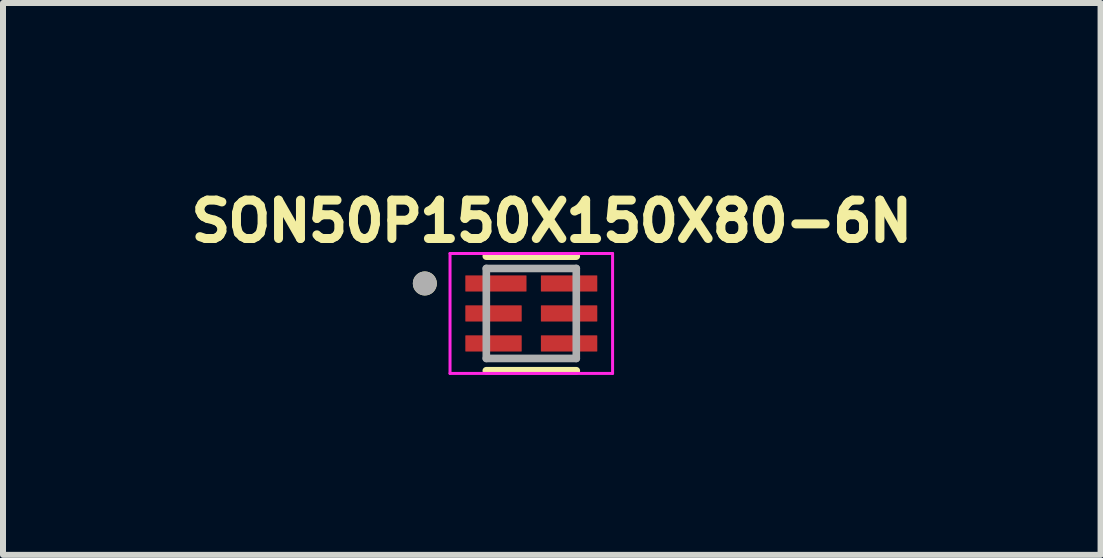
<source format=kicad_pcb>
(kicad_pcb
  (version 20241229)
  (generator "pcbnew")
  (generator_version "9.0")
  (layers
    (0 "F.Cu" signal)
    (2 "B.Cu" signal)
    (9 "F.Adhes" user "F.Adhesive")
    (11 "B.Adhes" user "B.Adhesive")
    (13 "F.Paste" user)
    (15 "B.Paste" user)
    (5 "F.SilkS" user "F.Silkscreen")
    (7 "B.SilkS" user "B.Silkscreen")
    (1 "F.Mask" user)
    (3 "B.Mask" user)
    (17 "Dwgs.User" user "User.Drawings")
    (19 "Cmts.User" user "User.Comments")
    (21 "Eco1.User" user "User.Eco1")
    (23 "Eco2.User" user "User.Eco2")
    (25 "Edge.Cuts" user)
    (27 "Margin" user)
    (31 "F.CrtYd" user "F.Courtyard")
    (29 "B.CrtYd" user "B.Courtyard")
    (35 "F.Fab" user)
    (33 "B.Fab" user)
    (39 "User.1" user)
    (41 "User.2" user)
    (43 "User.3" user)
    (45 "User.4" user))
  (footprint "SON50P150X150X80-6N"
    (layer "F.Cu")
    (at 5.808 2.176)
    (property "Reference" "SON50P150X150X80-6N" (at 0.342 -1.538 0) (layer "F.SilkS") (effects (font (size 0.64 0.64) (thickness 0.15))))
    (attr through_hole)
    (fp_line (start -0.75 -0.955) (end 0.75 -0.955) (stroke (width 0.127) (type solid)) (layer "F.SilkS"))
    (fp_line (start -0.75 0.955) (end 0.75 0.955) (stroke (width 0.127) (type solid)) (layer "F.SilkS"))
    (fp_circle (center -1.775 -0.5) (end -1.675 -0.5) (stroke (width 0.2) (type solid)) (fill no) (layer "F.SilkS"))
    (fp_line (start -1.355 -1) (end -1.355 1) (stroke (width 0.05) (type solid)) (layer "F.CrtYd"))
    (fp_line (start -1.355 -1) (end 1.355 -1) (stroke (width 0.05) (type solid)) (layer "F.CrtYd"))
    (fp_line (start -1.355 1) (end 1.355 1) (stroke (width 0.05) (type solid)) (layer "F.CrtYd"))
    (fp_line (start 1.355 -1) (end 1.355 1) (stroke (width 0.05) (type solid)) (layer "F.CrtYd"))
    (fp_line (start -0.75 -0.75) (end -0.75 0.75) (stroke (width 0.127) (type solid)) (layer "F.Fab"))
    (fp_line (start -0.75 -0.75) (end 0.75 -0.75) (stroke (width 0.127) (type solid)) (layer "F.Fab"))
    (fp_line (start -0.75 0.75) (end 0.75 0.75) (stroke (width 0.127) (type solid)) (layer "F.Fab"))
    (fp_line (start 0.75 -0.75) (end 0.75 0.75) (stroke (width 0.127) (type solid)) (layer "F.Fab"))
    (fp_circle (center -1.775 -0.5) (end -1.675 -0.5) (stroke (width 0.2) (type solid)) (fill no) (layer "F.Fab"))
    (pad "1" smd roundrect (at -0.59 -0.5) (size 1.02 0.27) (layers "F.Cu" "F.Mask" "F.Paste") (roundrect_rratio 0.03))
    (pad "2" smd roundrect (at -0.63 0) (size 0.94 0.27) (layers "F.Cu" "F.Mask" "F.Paste") (roundrect_rratio 0.03))
    (pad "3" smd roundrect (at -0.63 0.5) (size 0.94 0.27) (layers "F.Cu" "F.Mask" "F.Paste") (roundrect_rratio 0.03))
    (pad "4" smd roundrect (at 0.63 0.5) (size 0.94 0.27) (layers "F.Cu" "F.Mask" "F.Paste") (roundrect_rratio 0.03))
    (pad "5" smd roundrect (at 0.63 0) (size 0.94 0.27) (layers "F.Cu" "F.Mask" "F.Paste") (roundrect_rratio 0.03))
    (pad "6" smd roundrect (at 0.63 -0.5) (size 0.94 0.27) (layers "F.Cu" "F.Mask" "F.Paste") (roundrect_rratio 0.03)))
  (gr_rect
    (start -3 -3)
    (end 15.299 6.201)
    (stroke (width 0.1) (type default))
    (fill no)
    (layer "Edge.Cuts")))
</source>
